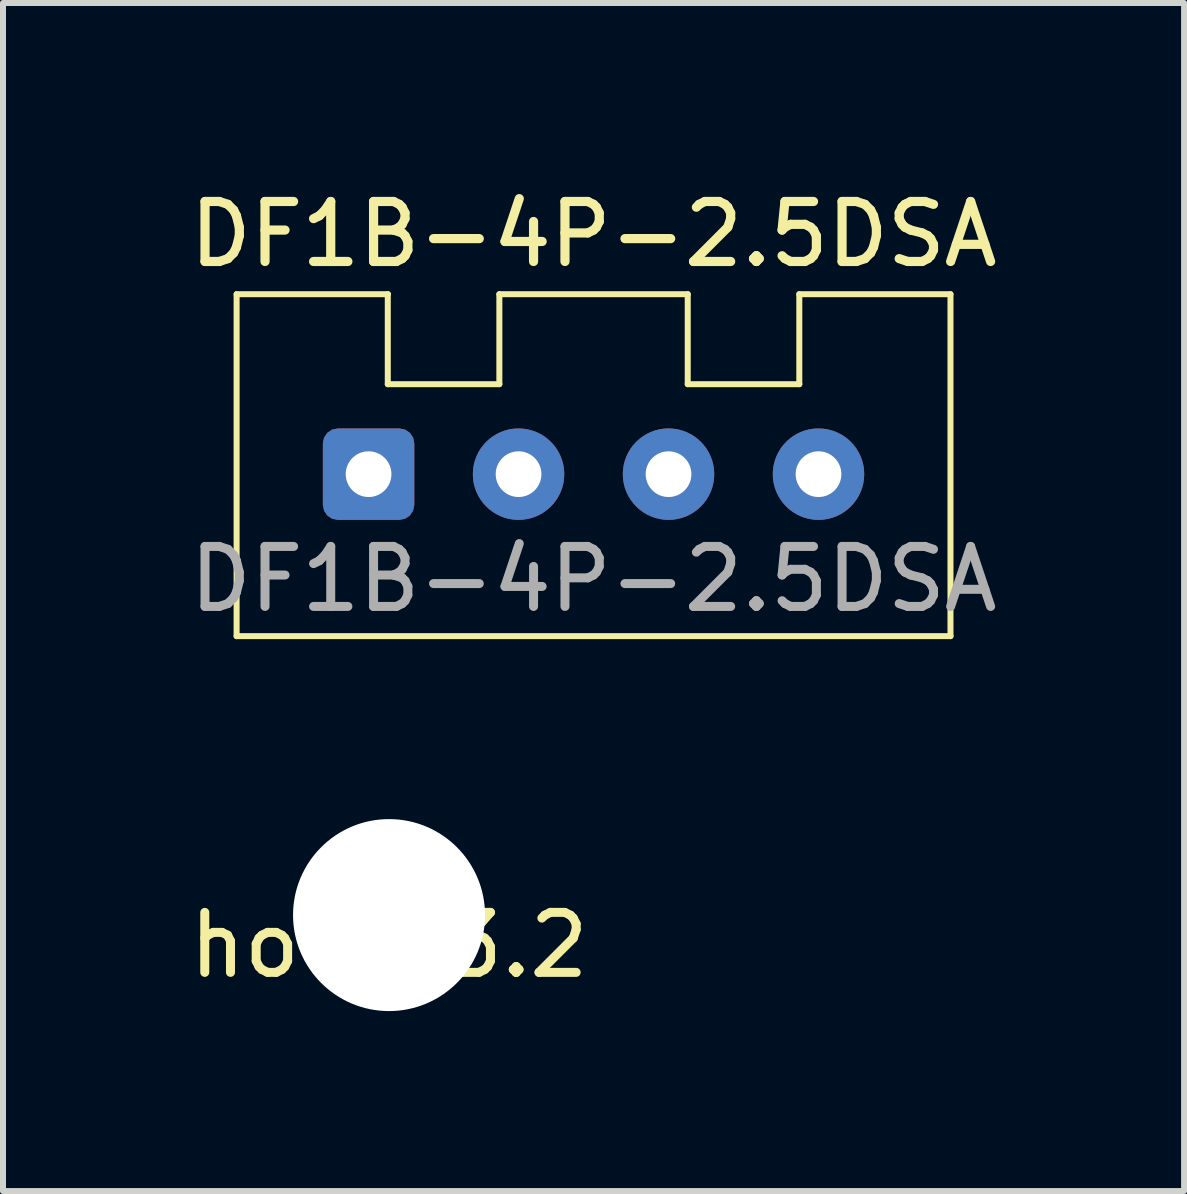
<source format=kicad_pcb>
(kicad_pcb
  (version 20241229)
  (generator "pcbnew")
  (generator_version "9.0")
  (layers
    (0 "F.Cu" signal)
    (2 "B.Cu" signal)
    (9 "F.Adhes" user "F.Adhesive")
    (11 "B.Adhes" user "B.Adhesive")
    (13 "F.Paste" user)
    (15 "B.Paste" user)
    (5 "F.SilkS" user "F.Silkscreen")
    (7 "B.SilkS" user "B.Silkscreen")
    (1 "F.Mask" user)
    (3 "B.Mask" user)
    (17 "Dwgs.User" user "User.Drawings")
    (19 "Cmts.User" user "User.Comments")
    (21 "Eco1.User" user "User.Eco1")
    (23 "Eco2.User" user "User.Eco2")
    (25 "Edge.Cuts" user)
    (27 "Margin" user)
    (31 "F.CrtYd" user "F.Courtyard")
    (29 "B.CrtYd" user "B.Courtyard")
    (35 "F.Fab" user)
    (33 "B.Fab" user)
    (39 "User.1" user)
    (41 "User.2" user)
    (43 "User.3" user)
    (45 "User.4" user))
  (footprint "DF1B-4P-2.5DSA"
    (layer "F.Cu")
    (at 6.844 4.854)
    (property "Reference" "DF1B-4P-2.5DSA" (at 0 -4 0) (unlocked yes) (layer "F.SilkS") (effects (font (size 1 1) (thickness 0.153))))
    (attr through_hole)
    (fp_line (start -5.95 -3) (end -5.95 2.7) (stroke (width 0.1) (type default)) (layer "F.SilkS"))
    (fp_line (start -3.43 -3) (end -3.43 -1.5) (stroke (width 0.1) (type default)) (layer "F.SilkS"))
    (fp_line (start -3.43 -1.5) (end -1.57 -1.5) (stroke (width 0.1) (type default)) (layer "F.SilkS"))
    (fp_line (start -3.426 -3) (end -5.95 -3) (stroke (width 0.1) (type default)) (layer "F.SilkS"))
    (fp_line (start -1.57 -3) (end 1.57 -3) (stroke (width 0.1) (type default)) (layer "F.SilkS"))
    (fp_line (start -1.57 -1.5) (end -1.57 -3) (stroke (width 0.1) (type default)) (layer "F.SilkS"))
    (fp_line (start 1.57 -1.5) (end 1.57 -3) (stroke (width 0.1) (type default)) (layer "F.SilkS"))
    (fp_line (start 1.57 -1.5) (end 3.43 -1.5) (stroke (width 0.1) (type default)) (layer "F.SilkS"))
    (fp_line (start 3.43 -3) (end 3.43 -1.5) (stroke (width 0.1) (type default)) (layer "F.SilkS"))
    (fp_line (start 3.43 -3) (end 5.95 -3) (stroke (width 0.1) (type default)) (layer "F.SilkS"))
    (fp_line (start 5.95 -3) (end 5.95 2.7) (stroke (width 0.1) (type default)) (layer "F.SilkS"))
    (fp_line (start 5.95 2.7) (end -5.95 2.7) (stroke (width 0.1) (type default)) (layer "F.SilkS"))
    (fp_text user "${REFERENCE}" (at 0 1.75 0) (unlocked yes) (layer "F.Fab") (effects (font (size 1 1) (thickness 0.15))))
    (pad "1" thru_hole roundrect (at -3.75 0) (size 1.524 1.524) (drill 0.762) (layers "*.Cu" "*.Mask") (roundrect_rratio 0.164))
    (pad "2" thru_hole circle (at -1.25 0) (size 1.524 1.524) (drill 0.762) (layers "*.Cu" "*.Mask"))
    (pad "3" thru_hole circle (at 1.25 0) (size 1.524 1.524) (drill 0.762) (layers "*.Cu" "*.Mask"))
    (pad "4" thru_hole circle (at 3.75 0) (size 1.524 1.524) (drill 0.762) (layers "*.Cu" "*.Mask")))
  (footprint "holeφ3.2"
    (layer "F.Cu")
    (at 3.435 12.204)
    (property "Reference" "holeφ3.2" (at 0 0.5 0) (layer "F.SilkS") (effects (font (size 1 1) (thickness 0.15))))
    (attr through_hole)
    (pad "" np_thru_hole circle (at 0 0) (size 3.2 3.2) (drill 3.2) (layers "*.Cu" "*.Mask")))
  (gr_rect
    (start -3 -3)
    (end 16.688 16.804)
    (stroke (width 0.1) (type default))
    (fill no)
    (layer "Edge.Cuts")))
</source>
